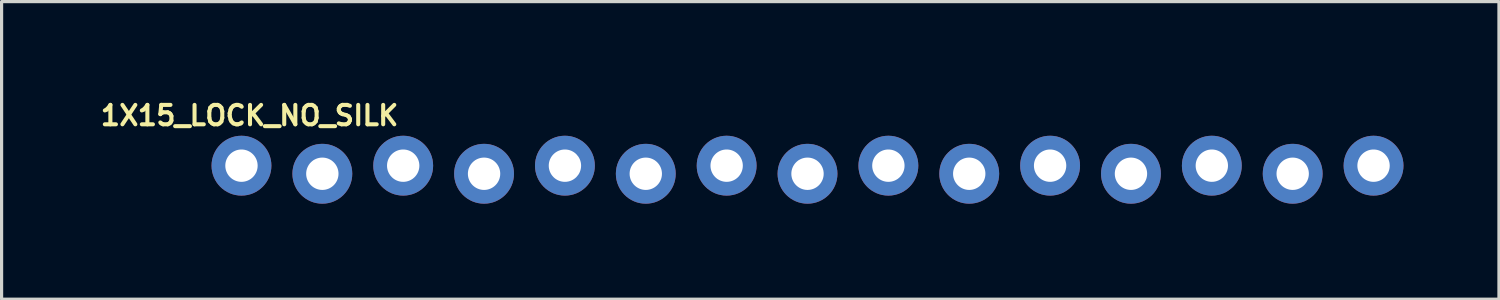
<source format=kicad_pcb>
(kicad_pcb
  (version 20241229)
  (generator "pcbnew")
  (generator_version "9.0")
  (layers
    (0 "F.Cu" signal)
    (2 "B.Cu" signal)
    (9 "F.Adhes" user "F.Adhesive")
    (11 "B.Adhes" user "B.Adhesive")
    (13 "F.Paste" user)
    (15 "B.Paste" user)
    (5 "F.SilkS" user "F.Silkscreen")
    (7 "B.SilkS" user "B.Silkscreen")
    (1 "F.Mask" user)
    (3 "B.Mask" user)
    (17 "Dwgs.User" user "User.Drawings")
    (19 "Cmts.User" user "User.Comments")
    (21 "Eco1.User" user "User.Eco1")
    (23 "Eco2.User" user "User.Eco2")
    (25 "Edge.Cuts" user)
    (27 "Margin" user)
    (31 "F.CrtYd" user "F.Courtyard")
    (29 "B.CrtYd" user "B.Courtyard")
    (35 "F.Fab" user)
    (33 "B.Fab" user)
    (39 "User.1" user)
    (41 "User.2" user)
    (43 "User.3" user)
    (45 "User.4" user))
  (footprint "1X15_LOCK_NO_SILK"
    (layer "F.Cu")
    (at 4.535 2.281)
    (property "Reference" "1X15_LOCK_NO_SILK" (at 0.254 -1.702 0) (layer "F.SilkS") (effects (font (size 0.61 0.61) (thickness 0.127))))
    (attr exclude_from_pos_files exclude_from_bom)
    (fp_line (start -0.254 -0.254) (end 0.254 -0.254) (stroke (width 0.066) (type solid)) (layer "Dwgs.User"))
    (fp_line (start -0.254 0.254) (end -0.254 -0.254) (stroke (width 0.066) (type solid)) (layer "Dwgs.User"))
    (fp_line (start -0.254 0.254) (end 0.254 0.254) (stroke (width 0.066) (type solid)) (layer "Dwgs.User"))
    (fp_line (start 0.254 0.254) (end 0.254 -0.254) (stroke (width 0.066) (type solid)) (layer "Dwgs.User"))
    (fp_line (start 2.286 -0.254) (end 2.794 -0.254) (stroke (width 0.066) (type solid)) (layer "Dwgs.User"))
    (fp_line (start 2.286 0.254) (end 2.286 -0.254) (stroke (width 0.066) (type solid)) (layer "Dwgs.User"))
    (fp_line (start 2.286 0.254) (end 2.794 0.254) (stroke (width 0.066) (type solid)) (layer "Dwgs.User"))
    (fp_line (start 2.794 0.254) (end 2.794 -0.254) (stroke (width 0.066) (type solid)) (layer "Dwgs.User"))
    (fp_line (start 4.826 -0.254) (end 5.334 -0.254) (stroke (width 0.066) (type solid)) (layer "Dwgs.User"))
    (fp_line (start 4.826 0.254) (end 4.826 -0.254) (stroke (width 0.066) (type solid)) (layer "Dwgs.User"))
    (fp_line (start 4.826 0.254) (end 5.334 0.254) (stroke (width 0.066) (type solid)) (layer "Dwgs.User"))
    (fp_line (start 5.334 0.254) (end 5.334 -0.254) (stroke (width 0.066) (type solid)) (layer "Dwgs.User"))
    (fp_line (start 7.366 -0.254) (end 7.874 -0.254) (stroke (width 0.066) (type solid)) (layer "Dwgs.User"))
    (fp_line (start 7.366 0.254) (end 7.366 -0.254) (stroke (width 0.066) (type solid)) (layer "Dwgs.User"))
    (fp_line (start 7.366 0.254) (end 7.874 0.254) (stroke (width 0.066) (type solid)) (layer "Dwgs.User"))
    (fp_line (start 7.874 0.254) (end 7.874 -0.254) (stroke (width 0.066) (type solid)) (layer "Dwgs.User"))
    (fp_line (start 9.906 -0.254) (end 10.414 -0.254) (stroke (width 0.066) (type solid)) (layer "Dwgs.User"))
    (fp_line (start 9.906 0.254) (end 9.906 -0.254) (stroke (width 0.066) (type solid)) (layer "Dwgs.User"))
    (fp_line (start 9.906 0.254) (end 10.414 0.254) (stroke (width 0.066) (type solid)) (layer "Dwgs.User"))
    (fp_line (start 10.414 0.254) (end 10.414 -0.254) (stroke (width 0.066) (type solid)) (layer "Dwgs.User"))
    (fp_line (start 12.446 -0.254) (end 12.954 -0.254) (stroke (width 0.066) (type solid)) (layer "Dwgs.User"))
    (fp_line (start 12.446 0.254) (end 12.446 -0.254) (stroke (width 0.066) (type solid)) (layer "Dwgs.User"))
    (fp_line (start 12.446 0.254) (end 12.954 0.254) (stroke (width 0.066) (type solid)) (layer "Dwgs.User"))
    (fp_line (start 12.954 0.254) (end 12.954 -0.254) (stroke (width 0.066) (type solid)) (layer "Dwgs.User"))
    (fp_line (start 14.986 -0.254) (end 15.494 -0.254) (stroke (width 0.066) (type solid)) (layer "Dwgs.User"))
    (fp_line (start 14.986 0.254) (end 14.986 -0.254) (stroke (width 0.066) (type solid)) (layer "Dwgs.User"))
    (fp_line (start 14.986 0.254) (end 15.494 0.254) (stroke (width 0.066) (type solid)) (layer "Dwgs.User"))
    (fp_line (start 15.494 0.254) (end 15.494 -0.254) (stroke (width 0.066) (type solid)) (layer "Dwgs.User"))
    (fp_line (start 17.523 -0.254) (end 18.034 -0.254) (stroke (width 0.066) (type solid)) (layer "Dwgs.User"))
    (fp_line (start 17.523 0.254) (end 17.523 -0.254) (stroke (width 0.066) (type solid)) (layer "Dwgs.User"))
    (fp_line (start 17.523 0.254) (end 18.034 0.254) (stroke (width 0.066) (type solid)) (layer "Dwgs.User"))
    (fp_line (start 18.034 0.254) (end 18.034 -0.254) (stroke (width 0.066) (type solid)) (layer "Dwgs.User"))
    (fp_line (start 20.066 -0.254) (end 20.574 -0.254) (stroke (width 0.066) (type solid)) (layer "Dwgs.User"))
    (fp_line (start 20.066 0.254) (end 20.066 -0.254) (stroke (width 0.066) (type solid)) (layer "Dwgs.User"))
    (fp_line (start 20.066 0.254) (end 20.574 0.254) (stroke (width 0.066) (type solid)) (layer "Dwgs.User"))
    (fp_line (start 20.574 0.254) (end 20.574 -0.254) (stroke (width 0.066) (type solid)) (layer "Dwgs.User"))
    (fp_line (start 22.606 -0.254) (end 23.114 -0.254) (stroke (width 0.066) (type solid)) (layer "Dwgs.User"))
    (fp_line (start 22.606 0.254) (end 22.606 -0.254) (stroke (width 0.066) (type solid)) (layer "Dwgs.User"))
    (fp_line (start 22.606 0.254) (end 23.114 0.254) (stroke (width 0.066) (type solid)) (layer "Dwgs.User"))
    (fp_line (start 23.114 0.254) (end 23.114 -0.254) (stroke (width 0.066) (type solid)) (layer "Dwgs.User"))
    (fp_line (start 25.146 -0.254) (end 25.654 -0.254) (stroke (width 0.066) (type solid)) (layer "Dwgs.User"))
    (fp_line (start 25.146 0.254) (end 25.146 -0.254) (stroke (width 0.066) (type solid)) (layer "Dwgs.User"))
    (fp_line (start 25.146 0.254) (end 25.654 0.254) (stroke (width 0.066) (type solid)) (layer "Dwgs.User"))
    (fp_line (start 25.654 0.254) (end 25.654 -0.254) (stroke (width 0.066) (type solid)) (layer "Dwgs.User"))
    (fp_line (start 27.686 -0.254) (end 28.194 -0.254) (stroke (width 0.066) (type solid)) (layer "Dwgs.User"))
    (fp_line (start 27.686 0.254) (end 27.686 -0.254) (stroke (width 0.066) (type solid)) (layer "Dwgs.User"))
    (fp_line (start 27.686 0.254) (end 28.194 0.254) (stroke (width 0.066) (type solid)) (layer "Dwgs.User"))
    (fp_line (start 28.194 0.254) (end 28.194 -0.254) (stroke (width 0.066) (type solid)) (layer "Dwgs.User"))
    (fp_line (start 30.226 -0.254) (end 30.734 -0.254) (stroke (width 0.066) (type solid)) (layer "Dwgs.User"))
    (fp_line (start 30.226 0.254) (end 30.226 -0.254) (stroke (width 0.066) (type solid)) (layer "Dwgs.User"))
    (fp_line (start 30.226 0.254) (end 30.734 0.254) (stroke (width 0.066) (type solid)) (layer "Dwgs.User"))
    (fp_line (start 30.734 0.254) (end 30.734 -0.254) (stroke (width 0.066) (type solid)) (layer "Dwgs.User"))
    (fp_line (start 32.766 -0.254) (end 33.274 -0.254) (stroke (width 0.066) (type solid)) (layer "Dwgs.User"))
    (fp_line (start 32.766 0.254) (end 32.766 -0.254) (stroke (width 0.066) (type solid)) (layer "Dwgs.User"))
    (fp_line (start 32.766 0.254) (end 33.274 0.254) (stroke (width 0.066) (type solid)) (layer "Dwgs.User"))
    (fp_line (start 33.274 0.254) (end 33.274 -0.254) (stroke (width 0.066) (type solid)) (layer "Dwgs.User"))
    (fp_line (start 35.303 -0.254) (end 35.814 -0.254) (stroke (width 0.066) (type solid)) (layer "Dwgs.User"))
    (fp_line (start 35.303 0.254) (end 35.303 -0.254) (stroke (width 0.066) (type solid)) (layer "Dwgs.User"))
    (fp_line (start 35.303 0.254) (end 35.814 0.254) (stroke (width 0.066) (type solid)) (layer "Dwgs.User"))
    (fp_line (start 35.814 0.254) (end 35.814 -0.254) (stroke (width 0.066) (type solid)) (layer "Dwgs.User"))
    (pad "1" thru_hole circle (at 0 -0.127) (size 1.88 1.88) (drill 1.016) (layers "*.Cu" "*.Paste" "*.Mask"))
    (pad "2" thru_hole circle (at 2.54 0.127) (size 1.88 1.88) (drill 1.016) (layers "*.Cu" "*.Paste" "*.Mask"))
    (pad "3" thru_hole circle (at 5.08 -0.127) (size 1.88 1.88) (drill 1.016) (layers "*.Cu" "*.Paste" "*.Mask"))
    (pad "4" thru_hole circle (at 7.62 0.127) (size 1.88 1.88) (drill 1.016) (layers "*.Cu" "*.Paste" "*.Mask"))
    (pad "5" thru_hole circle (at 10.16 -0.127) (size 1.88 1.88) (drill 1.016) (layers "*.Cu" "*.Paste" "*.Mask"))
    (pad "6" thru_hole circle (at 12.7 0.127) (size 1.88 1.88) (drill 1.016) (layers "*.Cu" "*.Paste" "*.Mask"))
    (pad "7" thru_hole circle (at 15.24 -0.127) (size 1.88 1.88) (drill 1.016) (layers "*.Cu" "*.Paste" "*.Mask"))
    (pad "8" thru_hole circle (at 17.78 0.127) (size 1.88 1.88) (drill 1.016) (layers "*.Cu" "*.Paste" "*.Mask"))
    (pad "9" thru_hole circle (at 20.32 -0.127) (size 1.88 1.88) (drill 1.016) (layers "*.Cu" "*.Paste" "*.Mask"))
    (pad "10" thru_hole circle (at 22.86 0.127) (size 1.88 1.88) (drill 1.016) (layers "*.Cu" "*.Paste" "*.Mask"))
    (pad "11" thru_hole circle (at 25.4 -0.127) (size 1.88 1.88) (drill 1.016) (layers "*.Cu" "*.Paste" "*.Mask"))
    (pad "12" thru_hole circle (at 27.94 0.127) (size 1.88 1.88) (drill 1.016) (layers "*.Cu" "*.Paste" "*.Mask"))
    (pad "13" thru_hole circle (at 30.48 -0.127) (size 1.88 1.88) (drill 1.016) (layers "*.Cu" "*.Paste" "*.Mask"))
    (pad "14" thru_hole circle (at 33.02 0.127) (size 1.88 1.88) (drill 1.016) (layers "*.Cu" "*.Paste" "*.Mask"))
    (pad "15" thru_hole circle (at 35.56 -0.127) (size 1.88 1.88) (drill 1.016) (layers "*.Cu" "*.Paste" "*.Mask")))
  (gr_rect
    (start -3 -3)
    (end 44.034 6.348)
    (stroke (width 0.1) (type default))
    (fill no)
    (layer "Edge.Cuts")))
</source>
